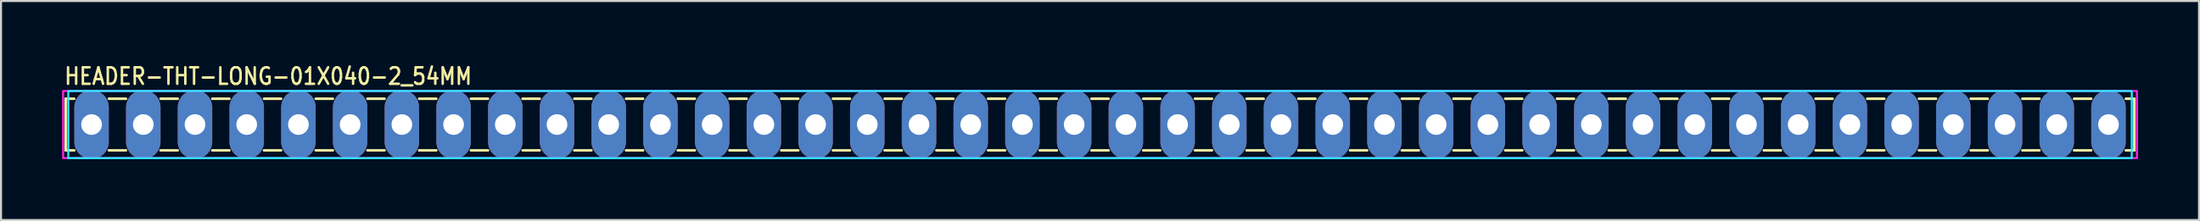
<source format=kicad_pcb>
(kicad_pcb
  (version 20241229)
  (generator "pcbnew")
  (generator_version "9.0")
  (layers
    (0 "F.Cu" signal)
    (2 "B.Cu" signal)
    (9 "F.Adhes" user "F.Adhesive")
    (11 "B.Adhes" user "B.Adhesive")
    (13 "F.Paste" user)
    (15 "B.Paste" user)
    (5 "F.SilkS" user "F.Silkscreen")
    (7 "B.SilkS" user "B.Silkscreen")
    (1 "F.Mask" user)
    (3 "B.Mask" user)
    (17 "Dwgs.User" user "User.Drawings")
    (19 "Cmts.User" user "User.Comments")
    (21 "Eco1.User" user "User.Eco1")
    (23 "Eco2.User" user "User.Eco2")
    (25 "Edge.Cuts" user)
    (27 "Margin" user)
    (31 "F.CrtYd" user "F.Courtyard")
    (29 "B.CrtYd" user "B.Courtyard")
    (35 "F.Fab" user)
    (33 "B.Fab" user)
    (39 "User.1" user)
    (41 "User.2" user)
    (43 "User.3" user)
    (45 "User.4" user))
  (footprint "HEADER-THT-LONG-01X040-2_54MM"
    (layer "F.Cu")
    (at 1.447 3.079)
    (property "Reference" "HEADER-THT-LONG-01X040-2_54MM" (at -1.4 -1.9 0) (unlocked yes) (layer "F.SilkS") (effects (font (size 0.813 0.695) (thickness 0.122)) (justify left bottom)))
    (fp_line (start -1.27 -1.27) (end -1.27 1.27) (stroke (width 0.127) (type solid)) (layer "F.SilkS"))
    (fp_line (start -1.27 1.27) (end -0.85 1.27) (stroke (width 0.127) (type solid)) (layer "F.SilkS"))
    (fp_line (start -0.85 -1.27) (end -1.27 -1.27) (stroke (width 0.127) (type solid)) (layer "F.SilkS"))
    (fp_line (start 0.85 -1.27) (end 1.69 -1.27) (stroke (width 0.127) (type solid)) (layer "F.SilkS"))
    (fp_line (start 0.85 1.27) (end 1.69 1.27) (stroke (width 0.127) (type solid)) (layer "F.SilkS"))
    (fp_line (start 3.39 -1.27) (end 4.23 -1.27) (stroke (width 0.127) (type solid)) (layer "F.SilkS"))
    (fp_line (start 3.39 1.27) (end 4.23 1.27) (stroke (width 0.127) (type solid)) (layer "F.SilkS"))
    (fp_line (start 5.93 -1.27) (end 6.77 -1.27) (stroke (width 0.127) (type solid)) (layer "F.SilkS"))
    (fp_line (start 5.93 1.27) (end 6.77 1.27) (stroke (width 0.127) (type solid)) (layer "F.SilkS"))
    (fp_line (start 8.47 -1.27) (end 9.31 -1.27) (stroke (width 0.127) (type solid)) (layer "F.SilkS"))
    (fp_line (start 8.47 1.27) (end 9.31 1.27) (stroke (width 0.127) (type solid)) (layer "F.SilkS"))
    (fp_line (start 11.01 -1.27) (end 11.85 -1.27) (stroke (width 0.127) (type solid)) (layer "F.SilkS"))
    (fp_line (start 11.01 1.27) (end 11.85 1.27) (stroke (width 0.127) (type solid)) (layer "F.SilkS"))
    (fp_line (start 13.55 -1.27) (end 14.39 -1.27) (stroke (width 0.127) (type solid)) (layer "F.SilkS"))
    (fp_line (start 13.55 1.27) (end 14.39 1.27) (stroke (width 0.127) (type solid)) (layer "F.SilkS"))
    (fp_line (start 16.09 -1.27) (end 16.93 -1.27) (stroke (width 0.127) (type solid)) (layer "F.SilkS"))
    (fp_line (start 16.09 1.27) (end 16.93 1.27) (stroke (width 0.127) (type solid)) (layer "F.SilkS"))
    (fp_line (start 18.63 -1.27) (end 19.47 -1.27) (stroke (width 0.127) (type solid)) (layer "F.SilkS"))
    (fp_line (start 18.63 1.27) (end 19.47 1.27) (stroke (width 0.127) (type solid)) (layer "F.SilkS"))
    (fp_line (start 21.17 -1.27) (end 22.01 -1.27) (stroke (width 0.127) (type solid)) (layer "F.SilkS"))
    (fp_line (start 21.17 1.27) (end 22.01 1.27) (stroke (width 0.127) (type solid)) (layer "F.SilkS"))
    (fp_line (start 23.71 -1.27) (end 24.55 -1.27) (stroke (width 0.127) (type solid)) (layer "F.SilkS"))
    (fp_line (start 23.71 1.27) (end 24.55 1.27) (stroke (width 0.127) (type solid)) (layer "F.SilkS"))
    (fp_line (start 26.25 -1.27) (end 27.09 -1.27) (stroke (width 0.127) (type solid)) (layer "F.SilkS"))
    (fp_line (start 26.25 1.27) (end 27.09 1.27) (stroke (width 0.127) (type solid)) (layer "F.SilkS"))
    (fp_line (start 28.79 -1.27) (end 29.63 -1.27) (stroke (width 0.127) (type solid)) (layer "F.SilkS"))
    (fp_line (start 28.79 1.27) (end 29.63 1.27) (stroke (width 0.127) (type solid)) (layer "F.SilkS"))
    (fp_line (start 31.33 -1.27) (end 32.17 -1.27) (stroke (width 0.127) (type solid)) (layer "F.SilkS"))
    (fp_line (start 31.33 1.27) (end 32.17 1.27) (stroke (width 0.127) (type solid)) (layer "F.SilkS"))
    (fp_line (start 33.87 -1.27) (end 34.71 -1.27) (stroke (width 0.127) (type solid)) (layer "F.SilkS"))
    (fp_line (start 33.87 1.27) (end 34.71 1.27) (stroke (width 0.127) (type solid)) (layer "F.SilkS"))
    (fp_line (start 36.41 -1.27) (end 37.25 -1.27) (stroke (width 0.127) (type solid)) (layer "F.SilkS"))
    (fp_line (start 36.41 1.27) (end 37.25 1.27) (stroke (width 0.127) (type solid)) (layer "F.SilkS"))
    (fp_line (start 38.95 -1.27) (end 39.79 -1.27) (stroke (width 0.127) (type solid)) (layer "F.SilkS"))
    (fp_line (start 38.95 1.27) (end 39.79 1.27) (stroke (width 0.127) (type solid)) (layer "F.SilkS"))
    (fp_line (start 41.49 -1.27) (end 42.33 -1.27) (stroke (width 0.127) (type solid)) (layer "F.SilkS"))
    (fp_line (start 41.49 1.27) (end 42.33 1.27) (stroke (width 0.127) (type solid)) (layer "F.SilkS"))
    (fp_line (start 44.03 -1.27) (end 44.87 -1.27) (stroke (width 0.127) (type solid)) (layer "F.SilkS"))
    (fp_line (start 44.03 1.27) (end 44.87 1.27) (stroke (width 0.127) (type solid)) (layer "F.SilkS"))
    (fp_line (start 46.57 -1.27) (end 47.41 -1.27) (stroke (width 0.127) (type solid)) (layer "F.SilkS"))
    (fp_line (start 46.57 1.27) (end 47.41 1.27) (stroke (width 0.127) (type solid)) (layer "F.SilkS"))
    (fp_line (start 49.11 -1.27) (end 49.95 -1.27) (stroke (width 0.127) (type solid)) (layer "F.SilkS"))
    (fp_line (start 49.11 1.27) (end 49.95 1.27) (stroke (width 0.127) (type solid)) (layer "F.SilkS"))
    (fp_line (start 51.65 -1.27) (end 52.49 -1.27) (stroke (width 0.127) (type solid)) (layer "F.SilkS"))
    (fp_line (start 51.65 1.27) (end 52.49 1.27) (stroke (width 0.127) (type solid)) (layer "F.SilkS"))
    (fp_line (start 54.19 -1.27) (end 55.03 -1.27) (stroke (width 0.127) (type solid)) (layer "F.SilkS"))
    (fp_line (start 54.19 1.27) (end 55.03 1.27) (stroke (width 0.127) (type solid)) (layer "F.SilkS"))
    (fp_line (start 56.73 -1.27) (end 57.57 -1.27) (stroke (width 0.127) (type solid)) (layer "F.SilkS"))
    (fp_line (start 56.73 1.27) (end 57.57 1.27) (stroke (width 0.127) (type solid)) (layer "F.SilkS"))
    (fp_line (start 59.27 -1.27) (end 60.11 -1.27) (stroke (width 0.127) (type solid)) (layer "F.SilkS"))
    (fp_line (start 59.27 1.27) (end 60.11 1.27) (stroke (width 0.127) (type solid)) (layer "F.SilkS"))
    (fp_line (start 61.81 -1.27) (end 62.65 -1.27) (stroke (width 0.127) (type solid)) (layer "F.SilkS"))
    (fp_line (start 61.81 1.27) (end 62.65 1.27) (stroke (width 0.127) (type solid)) (layer "F.SilkS"))
    (fp_line (start 64.35 -1.27) (end 65.19 -1.27) (stroke (width 0.127) (type solid)) (layer "F.SilkS"))
    (fp_line (start 64.35 1.27) (end 65.19 1.27) (stroke (width 0.127) (type solid)) (layer "F.SilkS"))
    (fp_line (start 66.89 -1.27) (end 67.73 -1.27) (stroke (width 0.127) (type solid)) (layer "F.SilkS"))
    (fp_line (start 66.89 1.27) (end 67.73 1.27) (stroke (width 0.127) (type solid)) (layer "F.SilkS"))
    (fp_line (start 69.43 -1.27) (end 70.27 -1.27) (stroke (width 0.127) (type solid)) (layer "F.SilkS"))
    (fp_line (start 69.43 1.27) (end 70.27 1.27) (stroke (width 0.127) (type solid)) (layer "F.SilkS"))
    (fp_line (start 71.97 -1.27) (end 72.81 -1.27) (stroke (width 0.127) (type solid)) (layer "F.SilkS"))
    (fp_line (start 71.97 1.27) (end 72.81 1.27) (stroke (width 0.127) (type solid)) (layer "F.SilkS"))
    (fp_line (start 74.51 -1.27) (end 75.35 -1.27) (stroke (width 0.127) (type solid)) (layer "F.SilkS"))
    (fp_line (start 74.51 1.27) (end 75.35 1.27) (stroke (width 0.127) (type solid)) (layer "F.SilkS"))
    (fp_line (start 77.05 -1.27) (end 77.89 -1.27) (stroke (width 0.127) (type solid)) (layer "F.SilkS"))
    (fp_line (start 77.05 1.27) (end 77.89 1.27) (stroke (width 0.127) (type solid)) (layer "F.SilkS"))
    (fp_line (start 79.59 -1.27) (end 80.43 -1.27) (stroke (width 0.127) (type solid)) (layer "F.SilkS"))
    (fp_line (start 79.59 1.27) (end 80.43 1.27) (stroke (width 0.127) (type solid)) (layer "F.SilkS"))
    (fp_line (start 82.13 -1.27) (end 82.97 -1.27) (stroke (width 0.127) (type solid)) (layer "F.SilkS"))
    (fp_line (start 82.13 1.27) (end 82.97 1.27) (stroke (width 0.127) (type solid)) (layer "F.SilkS"))
    (fp_line (start 84.67 -1.27) (end 85.51 -1.27) (stroke (width 0.127) (type solid)) (layer "F.SilkS"))
    (fp_line (start 84.67 1.27) (end 85.51 1.27) (stroke (width 0.127) (type solid)) (layer "F.SilkS"))
    (fp_line (start 87.21 -1.27) (end 88.05 -1.27) (stroke (width 0.127) (type solid)) (layer "F.SilkS"))
    (fp_line (start 87.21 1.27) (end 88.05 1.27) (stroke (width 0.127) (type solid)) (layer "F.SilkS"))
    (fp_line (start 89.75 -1.27) (end 90.59 -1.27) (stroke (width 0.127) (type solid)) (layer "F.SilkS"))
    (fp_line (start 89.75 1.27) (end 90.59 1.27) (stroke (width 0.127) (type solid)) (layer "F.SilkS"))
    (fp_line (start 92.29 -1.27) (end 93.13 -1.27) (stroke (width 0.127) (type solid)) (layer "F.SilkS"))
    (fp_line (start 92.29 1.27) (end 93.13 1.27) (stroke (width 0.127) (type solid)) (layer "F.SilkS"))
    (fp_line (start 94.83 -1.27) (end 95.67 -1.27) (stroke (width 0.127) (type solid)) (layer "F.SilkS"))
    (fp_line (start 94.83 1.27) (end 95.67 1.27) (stroke (width 0.127) (type solid)) (layer "F.SilkS"))
    (fp_line (start 97.37 -1.27) (end 98.21 -1.27) (stroke (width 0.127) (type solid)) (layer "F.SilkS"))
    (fp_line (start 97.37 1.27) (end 98.21 1.27) (stroke (width 0.127) (type solid)) (layer "F.SilkS"))
    (fp_line (start 99.91 -1.27) (end 100.33 -1.27) (stroke (width 0.127) (type solid)) (layer "F.SilkS"))
    (fp_line (start 100.33 -1.27) (end 100.33 1.27) (stroke (width 0.127) (type solid)) (layer "F.SilkS"))
    (fp_line (start 100.33 1.27) (end 99.91 1.27) (stroke (width 0.127) (type solid)) (layer "F.SilkS"))
    (fp_poly (pts (xy -1.143 -1.651) (xy 100.203 -1.651) (xy 100.203 1.651) (xy -1.143 1.651)) (stroke (width 0.1) (type solid)) (fill no) (layer "B.CrtYd"))
    (fp_poly (pts (xy -1.397 -1.651) (xy 100.457 -1.651) (xy 100.457 1.651) (xy -1.397 1.651)) (stroke (width 0.1) (type solid)) (fill no) (layer "F.CrtYd"))
    (pad "P$1" thru_hole oval (at 0 0 90) (size 3.387 1.693) (drill 1.016) (layers "*.Cu" "*.Mask"))
    (pad "P$2" thru_hole oval (at 2.54 0 90) (size 3.387 1.693) (drill 1.016) (layers "*.Cu" "*.Mask"))
    (pad "P$3" thru_hole oval (at 5.08 0 90) (size 3.387 1.693) (drill 1.016) (layers "*.Cu" "*.Mask"))
    (pad "P$4" thru_hole oval (at 7.62 0 90) (size 3.387 1.693) (drill 1.016) (layers "*.Cu" "*.Mask"))
    (pad "P$5" thru_hole oval (at 10.16 0 90) (size 3.387 1.693) (drill 1.016) (layers "*.Cu" "*.Mask"))
    (pad "P$6" thru_hole oval (at 12.7 0 90) (size 3.387 1.693) (drill 1.016) (layers "*.Cu" "*.Mask"))
    (pad "P$7" thru_hole oval (at 15.24 0 90) (size 3.387 1.693) (drill 1.016) (layers "*.Cu" "*.Mask"))
    (pad "P$8" thru_hole oval (at 17.78 0 90) (size 3.387 1.693) (drill 1.016) (layers "*.Cu" "*.Mask"))
    (pad "P$9" thru_hole oval (at 20.32 0 90) (size 3.387 1.693) (drill 1.016) (layers "*.Cu" "*.Mask"))
    (pad "P$10" thru_hole oval (at 22.86 0 90) (size 3.387 1.693) (drill 1.016) (layers "*.Cu" "*.Mask"))
    (pad "P$11" thru_hole oval (at 25.4 0 90) (size 3.387 1.693) (drill 1.016) (layers "*.Cu" "*.Mask"))
    (pad "P$12" thru_hole oval (at 27.94 0 90) (size 3.387 1.693) (drill 1.016) (layers "*.Cu" "*.Mask"))
    (pad "P$13" thru_hole oval (at 30.48 0 90) (size 3.387 1.693) (drill 1.016) (layers "*.Cu" "*.Mask"))
    (pad "P$14" thru_hole oval (at 33.02 0 90) (size 3.387 1.693) (drill 1.016) (layers "*.Cu" "*.Mask"))
    (pad "P$15" thru_hole oval (at 35.56 0 90) (size 3.387 1.693) (drill 1.016) (layers "*.Cu" "*.Mask"))
    (pad "P$16" thru_hole oval (at 38.1 0 90) (size 3.387 1.693) (drill 1.016) (layers "*.Cu" "*.Mask"))
    (pad "P$17" thru_hole oval (at 40.64 0 90) (size 3.387 1.693) (drill 1.016) (layers "*.Cu" "*.Mask"))
    (pad "P$18" thru_hole oval (at 43.18 0 90) (size 3.387 1.693) (drill 1.016) (layers "*.Cu" "*.Mask"))
    (pad "P$19" thru_hole oval (at 45.72 0 90) (size 3.387 1.693) (drill 1.016) (layers "*.Cu" "*.Mask"))
    (pad "P$20" thru_hole oval (at 48.26 0 90) (size 3.387 1.693) (drill 1.016) (layers "*.Cu" "*.Mask"))
    (pad "P$21" thru_hole oval (at 50.8 0 90) (size 3.387 1.693) (drill 1.016) (layers "*.Cu" "*.Mask"))
    (pad "P$22" thru_hole oval (at 53.34 0 90) (size 3.387 1.693) (drill 1.016) (layers "*.Cu" "*.Mask"))
    (pad "P$23" thru_hole oval (at 55.88 0 90) (size 3.387 1.693) (drill 1.016) (layers "*.Cu" "*.Mask"))
    (pad "P$24" thru_hole oval (at 58.42 0 90) (size 3.387 1.693) (drill 1.016) (layers "*.Cu" "*.Mask"))
    (pad "P$25" thru_hole oval (at 60.96 0 90) (size 3.387 1.693) (drill 1.016) (layers "*.Cu" "*.Mask"))
    (pad "P$26" thru_hole oval (at 63.5 0 90) (size 3.387 1.693) (drill 1.016) (layers "*.Cu" "*.Mask"))
    (pad "P$27" thru_hole oval (at 66.04 0 90) (size 3.387 1.693) (drill 1.016) (layers "*.Cu" "*.Mask"))
    (pad "P$28" thru_hole oval (at 68.58 0 90) (size 3.387 1.693) (drill 1.016) (layers "*.Cu" "*.Mask"))
    (pad "P$29" thru_hole oval (at 71.12 0 90) (size 3.387 1.693) (drill 1.016) (layers "*.Cu" "*.Mask"))
    (pad "P$30" thru_hole oval (at 73.66 0 90) (size 3.387 1.693) (drill 1.016) (layers "*.Cu" "*.Mask"))
    (pad "P$31" thru_hole oval (at 76.2 0 90) (size 3.387 1.693) (drill 1.016) (layers "*.Cu" "*.Mask"))
    (pad "P$32" thru_hole oval (at 78.74 0 90) (size 3.387 1.693) (drill 1.016) (layers "*.Cu" "*.Mask"))
    (pad "P$33" thru_hole oval (at 81.28 0 90) (size 3.387 1.693) (drill 1.016) (layers "*.Cu" "*.Mask"))
    (pad "P$34" thru_hole oval (at 83.82 0 90) (size 3.387 1.693) (drill 1.016) (layers "*.Cu" "*.Mask"))
    (pad "P$35" thru_hole oval (at 86.36 0 90) (size 3.387 1.693) (drill 1.016) (layers "*.Cu" "*.Mask"))
    (pad "P$36" thru_hole oval (at 88.9 0 90) (size 3.387 1.693) (drill 1.016) (layers "*.Cu" "*.Mask"))
    (pad "P$37" thru_hole oval (at 91.44 0 90) (size 3.387 1.693) (drill 1.016) (layers "*.Cu" "*.Mask"))
    (pad "P$38" thru_hole oval (at 93.98 0 90) (size 3.387 1.693) (drill 1.016) (layers "*.Cu" "*.Mask"))
    (pad "P$39" thru_hole oval (at 96.52 0 90) (size 3.387 1.693) (drill 1.016) (layers "*.Cu" "*.Mask"))
    (pad "P$40" thru_hole oval (at 99.06 0 90) (size 3.387 1.693) (drill 1.016) (layers "*.Cu" "*.Mask")))
  (gr_rect
    (start -3 -3)
    (end 104.954 7.78)
    (stroke (width 0.1) (type default))
    (fill no)
    (layer "Edge.Cuts")))
</source>
